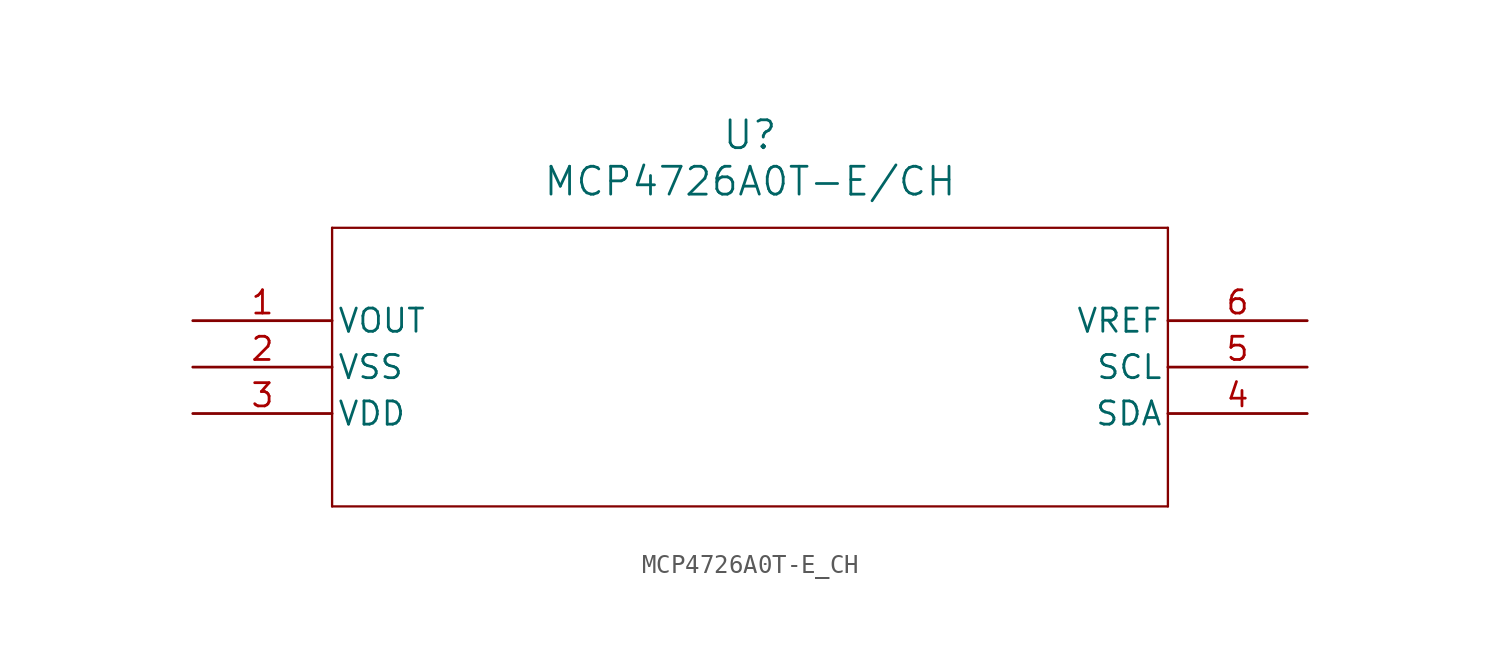
<source format=kicad_sym>
(kicad_symbol_lib
  (version 20211014)
  (generator kicad_symbol_editor)
  (symbol "MCP4726A0T-E_CH"
    (pin_names
      (offset 0.254))
    (property "Reference" "U"
      (at 30.48 10.16 0)
      (effects (font (size 1.524 1.524))))
    (property "Value" "MCP4726A0T-E/CH"
      (at 30.48 7.62 0)
      (effects (font (size 1.524 1.524))))
    (symbol "MCP4726A0T-E_CH_0_1"
      (polyline (pts (xy 7.62 5.08) (xy 7.62 -10.16)) (stroke (width 0.127) (type default) (color 0 0 0 0)) (fill (type none)))
      (polyline (pts (xy 7.62 -10.16) (xy 53.34 -10.16)) (stroke (width 0.127) (type default) (color 0 0 0 0)) (fill (type none)))
      (polyline (pts (xy 53.34 -10.16) (xy 53.34 5.08)) (stroke (width 0.127) (type default) (color 0 0 0 0)) (fill (type none)))
      (polyline (pts (xy 53.34 5.08) (xy 7.62 5.08)) (stroke (width 0.127) (type default) (color 0 0 0 0)) (fill (type none)))
      (pin output line (at 0 0 0) (length 7.62) (name "VOUT" (effects (font (size 1.27 1.27)))) (number "1" (effects (font (size 1.27 1.27)))))
      (pin power_in line (at 0 -2.54 0) (length 7.62) (name "VSS" (effects (font (size 1.27 1.27)))) (number "2" (effects (font (size 1.27 1.27)))))
      (pin power_in line (at 0 -5.08 0) (length 7.62) (name "VDD" (effects (font (size 1.27 1.27)))) (number "3" (effects (font (size 1.27 1.27)))))
      (pin bidirectional line (at 60.96 -5.08 180) (length 7.62) (name "SDA" (effects (font (size 1.27 1.27)))) (number "4" (effects (font (size 1.27 1.27)))))
      (pin input line (at 60.96 -2.54 180) (length 7.62) (name "SCL" (effects (font (size 1.27 1.27)))) (number "5" (effects (font (size 1.27 1.27)))))
      (pin unspecified line (at 60.96 0 180) (length 7.62) (name "VREF" (effects (font (size 1.27 1.27)))) (number "6" (effects (font (size 1.27 1.27))))))))
</source>
